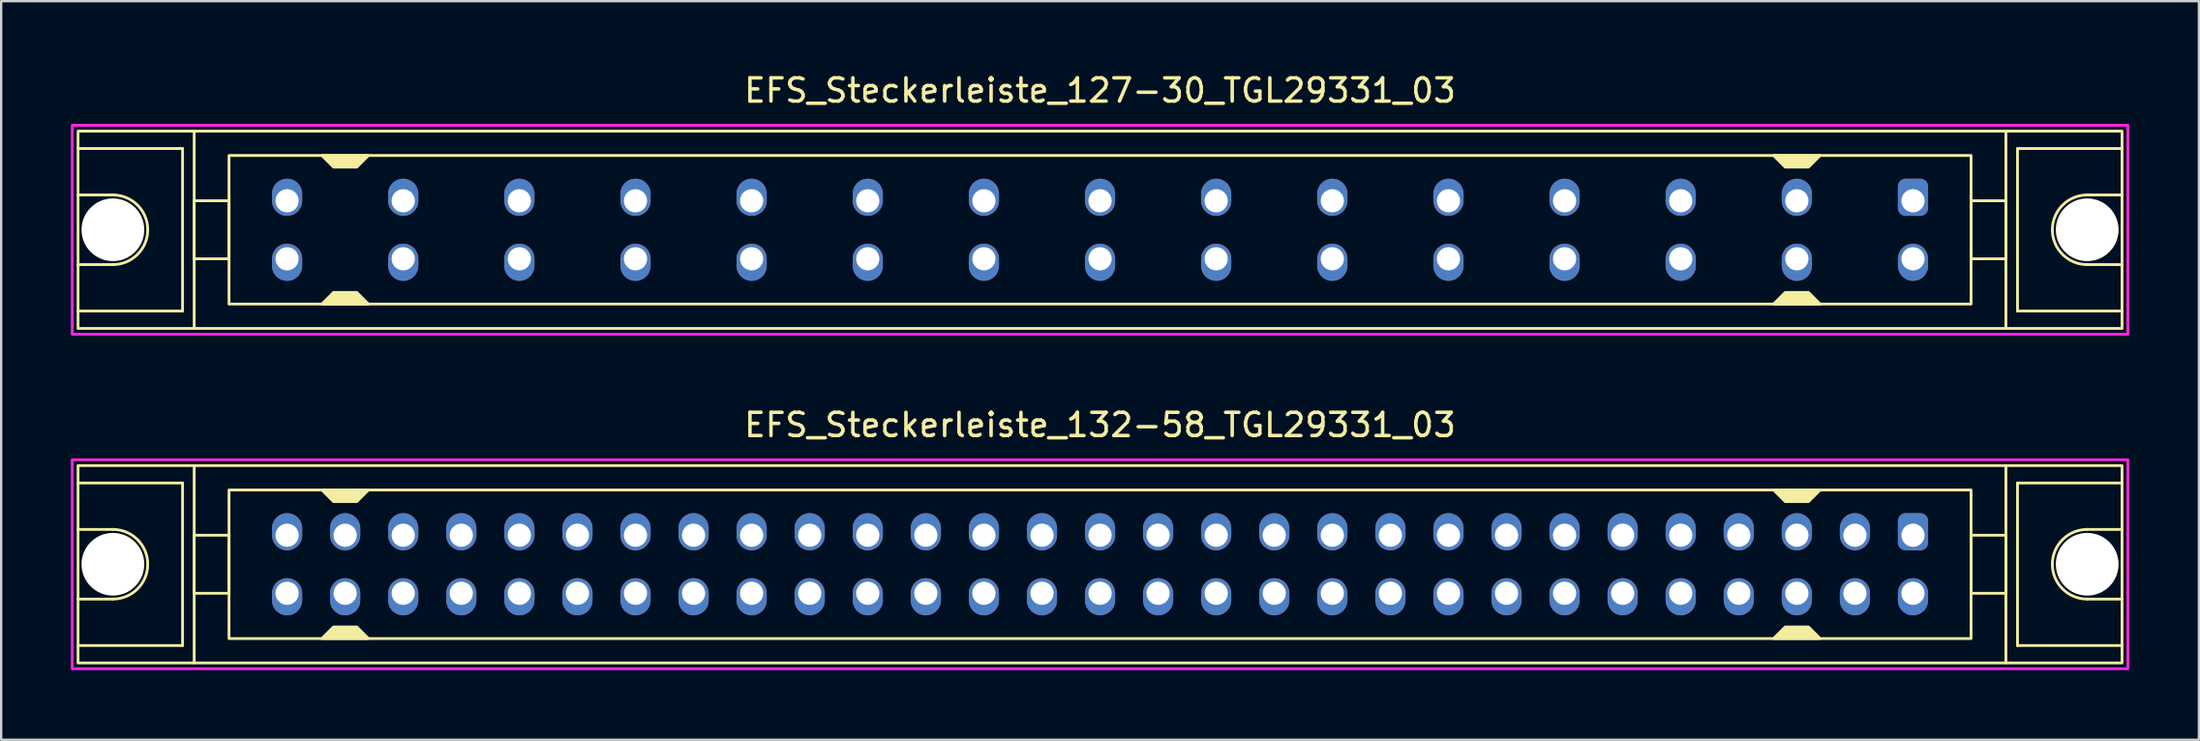
<source format=kicad_pcb>
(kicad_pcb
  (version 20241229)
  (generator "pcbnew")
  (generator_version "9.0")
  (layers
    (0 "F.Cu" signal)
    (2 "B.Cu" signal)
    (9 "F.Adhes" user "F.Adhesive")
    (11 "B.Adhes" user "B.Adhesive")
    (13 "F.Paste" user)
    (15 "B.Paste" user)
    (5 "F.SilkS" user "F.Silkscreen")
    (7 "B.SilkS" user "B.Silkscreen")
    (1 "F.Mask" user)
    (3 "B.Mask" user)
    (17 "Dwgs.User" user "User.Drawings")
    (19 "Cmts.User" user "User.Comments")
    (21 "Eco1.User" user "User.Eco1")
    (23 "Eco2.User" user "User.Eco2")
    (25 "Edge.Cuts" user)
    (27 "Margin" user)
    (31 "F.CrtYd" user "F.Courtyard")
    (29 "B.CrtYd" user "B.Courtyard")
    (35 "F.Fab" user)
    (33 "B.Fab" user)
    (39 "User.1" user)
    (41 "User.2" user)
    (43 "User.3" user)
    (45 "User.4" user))
  (footprint "EFS_Steckerleiste_132-58_TGL29331_03"
    (layer "F.Cu")
    (at 44.31 21.256)
    (property "Reference" "EFS_Steckerleiste_132-58_TGL29331_03" (at 0 -6 180) (layer "F.SilkS") (effects (font (size 1 1) (thickness 0.15))))
    (attr through_hole)
    (fp_line (start -44 -3.5) (end -39.5 -3.5) (stroke (width 0.12) (type solid)) (layer "F.SilkS"))
    (fp_line (start -42.5 -1.5) (end -44 -1.5) (stroke (width 0.12) (type solid)) (layer "F.SilkS"))
    (fp_line (start -42.5 1.5) (end -44 1.5) (stroke (width 0.12) (type solid)) (layer "F.SilkS"))
    (fp_line (start -39.5 -3.5) (end -39.5 3.5) (stroke (width 0.12) (type solid)) (layer "F.SilkS"))
    (fp_line (start -39.5 3.5) (end -44 3.5) (stroke (width 0.12) (type solid)) (layer "F.SilkS"))
    (fp_line (start -39 4.25) (end -39 -4.25) (stroke (width 0.12) (type solid)) (layer "F.SilkS"))
    (fp_line (start 39 4.25) (end 39 -4.25) (stroke (width 0.12) (type solid)) (layer "F.SilkS"))
    (fp_line (start 39.5 -3.5) (end 39.5 3.5) (stroke (width 0.12) (type solid)) (layer "F.SilkS"))
    (fp_line (start 39.5 3.5) (end 44 3.5) (stroke (width 0.12) (type solid)) (layer "F.SilkS"))
    (fp_line (start 42.5 -1.5) (end 44 -1.5) (stroke (width 0.12) (type solid)) (layer "F.SilkS"))
    (fp_line (start 42.5 1.5) (end 44 1.5) (stroke (width 0.12) (type solid)) (layer "F.SilkS"))
    (fp_line (start 44 -3.5) (end 39.5 -3.5) (stroke (width 0.12) (type solid)) (layer "F.SilkS"))
    (fp_rect (start -44 -4.25) (end 44 4.25) (stroke (width 0.12) (type solid)) (fill no) (layer "F.SilkS"))
    (fp_rect (start -37.5 -3.2) (end 37.5 3.2) (stroke (width 0.12) (type solid)) (fill no) (layer "F.SilkS"))
    (fp_rect (start -37.5 -1.25) (end -39 1.25) (stroke (width 0.12) (type solid)) (fill no) (layer "F.SilkS"))
    (fp_rect (start 39 -1.25) (end 37.5 1.25) (stroke (width 0.12) (type solid)) (fill no) (layer "F.SilkS"))
    (fp_arc (start -42.5 -1.5) (mid -41 0) (end -42.5 1.5) (stroke (width 0.12) (type solid)) (layer "F.SilkS"))
    (fp_arc (start 42.5 1.5) (mid 41 0) (end 42.5 -1.5) (stroke (width 0.12) (type solid)) (layer "F.SilkS"))
    (fp_poly (pts (xy -33 2.7) (xy -32 2.7) (xy -31.5 3.2) (xy -33.5 3.2)) (stroke (width 0.12) (type solid)) (fill yes) (layer "F.SilkS"))
    (fp_poly (pts (xy -32 -2.7) (xy -33 -2.7) (xy -33.5 -3.2) (xy -31.5 -3.2)) (stroke (width 0.12) (type solid)) (fill yes) (layer "F.SilkS"))
    (fp_poly (pts (xy 29.5 2.7) (xy 30.5 2.7) (xy 31 3.2) (xy 29 3.2)) (stroke (width 0.12) (type solid)) (fill yes) (layer "F.SilkS"))
    (fp_poly (pts (xy 30.5 -2.7) (xy 29.5 -2.7) (xy 29 -3.2) (xy 31 -3.2)) (stroke (width 0.12) (type solid)) (fill yes) (layer "F.SilkS"))
    (fp_rect (start -44.25 -4.5) (end 44.25 4.5) (stroke (width 0.12) (type solid)) (fill no) (layer "F.CrtYd"))
    (pad "" np_thru_hole circle (at -42.5 0) (size 2.7 2.7) (drill 2.7) (layers "*.Cu" "*.Mask"))
    (pad "" np_thru_hole circle (at 42.5 0) (size 2.7 2.7) (drill 2.7) (layers "*.Cu" "*.Mask"))
    (pad "1a" thru_hole roundrect (at 35 -1.25) (size 1.3 1.6) (drill 1 (offset 0 -0.15)) (layers "*.Cu" "*.Mask") (roundrect_rratio 0.25))
    (pad "1b" thru_hole oval (at 35 1.25) (size 1.3 1.6) (drill 1 (offset 0 0.15)) (layers "*.Cu" "*.Mask"))
    (pad "2a" thru_hole oval (at 32.5 -1.25) (size 1.3 1.6) (drill 1 (offset 0 -0.15)) (layers "*.Cu" "*.Mask"))
    (pad "2b" thru_hole oval (at 32.5 1.25) (size 1.3 1.6) (drill 1 (offset 0 0.15)) (layers "*.Cu" "*.Mask"))
    (pad "3a" thru_hole oval (at 30 -1.25) (size 1.3 1.6) (drill 1 (offset 0 -0.15)) (layers "*.Cu" "*.Mask"))
    (pad "3b" thru_hole oval (at 30 1.25) (size 1.3 1.6) (drill 1 (offset 0 0.15)) (layers "*.Cu" "*.Mask"))
    (pad "4a" thru_hole oval (at 27.5 -1.25) (size 1.3 1.6) (drill 1 (offset 0 -0.15)) (layers "*.Cu" "*.Mask"))
    (pad "4b" thru_hole oval (at 27.5 1.25) (size 1.3 1.6) (drill 1 (offset 0 0.15)) (layers "*.Cu" "*.Mask"))
    (pad "5a" thru_hole oval (at 25 -1.25) (size 1.3 1.6) (drill 1 (offset 0 -0.15)) (layers "*.Cu" "*.Mask"))
    (pad "5b" thru_hole oval (at 25 1.25) (size 1.3 1.6) (drill 1 (offset 0 0.15)) (layers "*.Cu" "*.Mask"))
    (pad "6a" thru_hole oval (at 22.5 -1.25) (size 1.3 1.6) (drill 1 (offset 0 -0.15)) (layers "*.Cu" "*.Mask"))
    (pad "6b" thru_hole oval (at 22.5 1.25) (size 1.3 1.6) (drill 1 (offset 0 0.15)) (layers "*.Cu" "*.Mask"))
    (pad "7a" thru_hole oval (at 20 -1.25) (size 1.3 1.6) (drill 1 (offset 0 -0.15)) (layers "*.Cu" "*.Mask"))
    (pad "7b" thru_hole oval (at 20 1.25) (size 1.3 1.6) (drill 1 (offset 0 0.15)) (layers "*.Cu" "*.Mask"))
    (pad "8a" thru_hole oval (at 17.5 -1.25) (size 1.3 1.6) (drill 1 (offset 0 -0.15)) (layers "*.Cu" "*.Mask"))
    (pad "8b" thru_hole oval (at 17.5 1.25) (size 1.3 1.6) (drill 1 (offset 0 0.15)) (layers "*.Cu" "*.Mask"))
    (pad "9a" thru_hole oval (at 15 -1.25) (size 1.3 1.6) (drill 1 (offset 0 -0.15)) (layers "*.Cu" "*.Mask"))
    (pad "9b" thru_hole oval (at 15 1.25) (size 1.3 1.6) (drill 1 (offset 0 0.15)) (layers "*.Cu" "*.Mask"))
    (pad "10a" thru_hole oval (at 12.5 -1.25) (size 1.3 1.6) (drill 1 (offset 0 -0.15)) (layers "*.Cu" "*.Mask"))
    (pad "10b" thru_hole oval (at 12.5 1.25) (size 1.3 1.6) (drill 1 (offset 0 0.15)) (layers "*.Cu" "*.Mask"))
    (pad "11a" thru_hole oval (at 10 -1.25) (size 1.3 1.6) (drill 1 (offset 0 -0.15)) (layers "*.Cu" "*.Mask"))
    (pad "11b" thru_hole oval (at 10 1.25) (size 1.3 1.6) (drill 1 (offset 0 0.15)) (layers "*.Cu" "*.Mask"))
    (pad "12a" thru_hole oval (at 7.5 -1.25) (size 1.3 1.6) (drill 1 (offset 0 -0.15)) (layers "*.Cu" "*.Mask"))
    (pad "12b" thru_hole oval (at 7.5 1.25) (size 1.3 1.6) (drill 1 (offset 0 0.15)) (layers "*.Cu" "*.Mask"))
    (pad "13a" thru_hole oval (at 5 -1.25) (size 1.3 1.6) (drill 1 (offset 0 -0.15)) (layers "*.Cu" "*.Mask"))
    (pad "13b" thru_hole oval (at 5 1.25) (size 1.3 1.6) (drill 1 (offset 0 0.15)) (layers "*.Cu" "*.Mask"))
    (pad "14a" thru_hole oval (at 2.5 -1.25) (size 1.3 1.6) (drill 1 (offset 0 -0.15)) (layers "*.Cu" "*.Mask"))
    (pad "14b" thru_hole oval (at 2.5 1.25) (size 1.3 1.6) (drill 1 (offset 0 0.15)) (layers "*.Cu" "*.Mask"))
    (pad "15a" thru_hole oval (at 0 -1.25) (size 1.3 1.6) (drill 1 (offset 0 -0.15)) (layers "*.Cu" "*.Mask"))
    (pad "15b" thru_hole oval (at 0 1.25) (size 1.3 1.6) (drill 1 (offset 0 0.15)) (layers "*.Cu" "*.Mask"))
    (pad "16a" thru_hole oval (at -2.5 -1.25) (size 1.3 1.6) (drill 1 (offset 0 -0.15)) (layers "*.Cu" "*.Mask"))
    (pad "16b" thru_hole oval (at -2.5 1.25) (size 1.3 1.6) (drill 1 (offset 0 0.15)) (layers "*.Cu" "*.Mask"))
    (pad "17a" thru_hole oval (at -5 -1.25) (size 1.3 1.6) (drill 1 (offset 0 -0.15)) (layers "*.Cu" "*.Mask"))
    (pad "17b" thru_hole oval (at -5 1.25) (size 1.3 1.6) (drill 1 (offset 0 0.15)) (layers "*.Cu" "*.Mask"))
    (pad "18a" thru_hole oval (at -7.5 -1.25) (size 1.3 1.6) (drill 1 (offset 0 -0.15)) (layers "*.Cu" "*.Mask"))
    (pad "18b" thru_hole oval (at -7.5 1.25) (size 1.3 1.6) (drill 1 (offset 0 0.15)) (layers "*.Cu" "*.Mask"))
    (pad "19a" thru_hole oval (at -10 -1.25) (size 1.3 1.6) (drill 1 (offset 0 -0.15)) (layers "*.Cu" "*.Mask"))
    (pad "19b" thru_hole oval (at -10 1.25) (size 1.3 1.6) (drill 1 (offset 0 0.15)) (layers "*.Cu" "*.Mask"))
    (pad "20a" thru_hole oval (at -12.5 -1.25) (size 1.3 1.6) (drill 1 (offset 0 -0.15)) (layers "*.Cu" "*.Mask"))
    (pad "20b" thru_hole oval (at -12.5 1.25) (size 1.3 1.6) (drill 1 (offset 0 0.15)) (layers "*.Cu" "*.Mask"))
    (pad "21a" thru_hole oval (at -15 -1.25) (size 1.3 1.6) (drill 1 (offset 0 -0.15)) (layers "*.Cu" "*.Mask"))
    (pad "21b" thru_hole oval (at -15 1.25) (size 1.3 1.6) (drill 1 (offset 0 0.15)) (layers "*.Cu" "*.Mask"))
    (pad "22a" thru_hole oval (at -17.5 -1.25) (size 1.3 1.6) (drill 1 (offset 0 -0.15)) (layers "*.Cu" "*.Mask"))
    (pad "22b" thru_hole oval (at -17.5 1.25) (size 1.3 1.6) (drill 1 (offset 0 0.15)) (layers "*.Cu" "*.Mask"))
    (pad "23a" thru_hole oval (at -20 -1.25) (size 1.3 1.6) (drill 1 (offset 0 -0.15)) (layers "*.Cu" "*.Mask"))
    (pad "23b" thru_hole oval (at -20 1.25) (size 1.3 1.6) (drill 1 (offset 0 0.15)) (layers "*.Cu" "*.Mask"))
    (pad "24a" thru_hole oval (at -22.5 -1.25) (size 1.3 1.6) (drill 1 (offset 0 -0.15)) (layers "*.Cu" "*.Mask"))
    (pad "24b" thru_hole oval (at -22.5 1.25) (size 1.3 1.6) (drill 1 (offset 0 0.15)) (layers "*.Cu" "*.Mask"))
    (pad "25a" thru_hole oval (at -25 -1.25) (size 1.3 1.6) (drill 1 (offset 0 -0.15)) (layers "*.Cu" "*.Mask"))
    (pad "25b" thru_hole oval (at -25 1.25) (size 1.3 1.6) (drill 1 (offset 0 0.15)) (layers "*.Cu" "*.Mask"))
    (pad "26a" thru_hole oval (at -27.5 -1.25) (size 1.3 1.6) (drill 1 (offset 0 -0.15)) (layers "*.Cu" "*.Mask"))
    (pad "26b" thru_hole oval (at -27.5 1.25) (size 1.3 1.6) (drill 1 (offset 0 0.15)) (layers "*.Cu" "*.Mask"))
    (pad "27a" thru_hole oval (at -30 -1.25) (size 1.3 1.6) (drill 1 (offset 0 -0.15)) (layers "*.Cu" "*.Mask"))
    (pad "27b" thru_hole oval (at -30 1.25) (size 1.3 1.6) (drill 1 (offset 0 0.15)) (layers "*.Cu" "*.Mask"))
    (pad "28a" thru_hole oval (at -32.5 -1.25) (size 1.3 1.6) (drill 1 (offset 0 -0.15)) (layers "*.Cu" "*.Mask"))
    (pad "28b" thru_hole oval (at -32.5 1.25) (size 1.3 1.6) (drill 1 (offset 0 0.15)) (layers "*.Cu" "*.Mask"))
    (pad "29a" thru_hole oval (at -35 -1.25) (size 1.3 1.6) (drill 1 (offset 0 -0.15)) (layers "*.Cu" "*.Mask"))
    (pad "29b" thru_hole oval (at -35 1.25) (size 1.3 1.6) (drill 1 (offset 0 0.15)) (layers "*.Cu" "*.Mask")))
  (footprint "EFS_Steckerleiste_127-30_TGL29331_03"
    (layer "F.Cu")
    (at 44.31 6.848)
    (property "Reference" "EFS_Steckerleiste_127-30_TGL29331_03" (at 0 -6 180) (layer "F.SilkS") (effects (font (size 1 1) (thickness 0.15))))
    (attr through_hole)
    (fp_line (start -44 -3.5) (end -39.5 -3.5) (stroke (width 0.12) (type solid)) (layer "F.SilkS"))
    (fp_line (start -42.5 -1.5) (end -44 -1.5) (stroke (width 0.12) (type solid)) (layer "F.SilkS"))
    (fp_line (start -42.5 1.5) (end -44 1.5) (stroke (width 0.12) (type solid)) (layer "F.SilkS"))
    (fp_line (start -39.5 -3.5) (end -39.5 3.5) (stroke (width 0.12) (type solid)) (layer "F.SilkS"))
    (fp_line (start -39.5 3.5) (end -44 3.5) (stroke (width 0.12) (type solid)) (layer "F.SilkS"))
    (fp_line (start -39 4.25) (end -39 -4.25) (stroke (width 0.12) (type solid)) (layer "F.SilkS"))
    (fp_line (start 39 4.25) (end 39 -4.25) (stroke (width 0.12) (type solid)) (layer "F.SilkS"))
    (fp_line (start 39.5 -3.5) (end 39.5 3.5) (stroke (width 0.12) (type solid)) (layer "F.SilkS"))
    (fp_line (start 39.5 3.5) (end 44 3.5) (stroke (width 0.12) (type solid)) (layer "F.SilkS"))
    (fp_line (start 42.5 -1.5) (end 44 -1.5) (stroke (width 0.12) (type solid)) (layer "F.SilkS"))
    (fp_line (start 42.5 1.5) (end 44 1.5) (stroke (width 0.12) (type solid)) (layer "F.SilkS"))
    (fp_line (start 44 -3.5) (end 39.5 -3.5) (stroke (width 0.12) (type solid)) (layer "F.SilkS"))
    (fp_rect (start -44 -4.25) (end 44 4.25) (stroke (width 0.12) (type solid)) (fill no) (layer "F.SilkS"))
    (fp_rect (start -37.5 -3.2) (end 37.5 3.2) (stroke (width 0.12) (type solid)) (fill no) (layer "F.SilkS"))
    (fp_rect (start -37.5 -1.25) (end -39 1.25) (stroke (width 0.12) (type solid)) (fill no) (layer "F.SilkS"))
    (fp_rect (start 39 -1.25) (end 37.5 1.25) (stroke (width 0.12) (type solid)) (fill no) (layer "F.SilkS"))
    (fp_arc (start -42.5 -1.5) (mid -41 0) (end -42.5 1.5) (stroke (width 0.12) (type solid)) (layer "F.SilkS"))
    (fp_arc (start 42.5 1.5) (mid 41 0) (end 42.5 -1.5) (stroke (width 0.12) (type solid)) (layer "F.SilkS"))
    (fp_poly (pts (xy -33 2.7) (xy -32 2.7) (xy -31.5 3.2) (xy -33.5 3.2)) (stroke (width 0.12) (type solid)) (fill yes) (layer "F.SilkS"))
    (fp_poly (pts (xy -32 -2.7) (xy -33 -2.7) (xy -33.5 -3.2) (xy -31.5 -3.2)) (stroke (width 0.12) (type solid)) (fill yes) (layer "F.SilkS"))
    (fp_poly (pts (xy 29.5 2.7) (xy 30.5 2.7) (xy 31 3.2) (xy 29 3.2)) (stroke (width 0.12) (type solid)) (fill yes) (layer "F.SilkS"))
    (fp_poly (pts (xy 30.5 -2.7) (xy 29.5 -2.7) (xy 29 -3.2) (xy 31 -3.2)) (stroke (width 0.12) (type solid)) (fill yes) (layer "F.SilkS"))
    (fp_rect (start -44.25 -4.5) (end 44.25 4.5) (stroke (width 0.12) (type solid)) (fill no) (layer "F.CrtYd"))
    (pad "" np_thru_hole circle (at -42.5 0) (size 2.7 2.7) (drill 2.7) (layers "*.Cu" "*.Mask"))
    (pad "" np_thru_hole circle (at 42.5 0) (size 2.7 2.7) (drill 2.7) (layers "*.Cu" "*.Mask"))
    (pad "1a" thru_hole roundrect (at 35 -1.25) (size 1.3 1.6) (drill 1 (offset 0 -0.15)) (layers "*.Cu" "*.Mask") (roundrect_rratio 0.25))
    (pad "1b" thru_hole oval (at 35 1.25) (size 1.3 1.6) (drill 1 (offset 0 0.15)) (layers "*.Cu" "*.Mask"))
    (pad "2a" thru_hole oval (at 30 -1.25) (size 1.3 1.6) (drill 1 (offset 0 -0.15)) (layers "*.Cu" "*.Mask"))
    (pad "2b" thru_hole oval (at 30 1.25) (size 1.3 1.6) (drill 1 (offset 0 0.15)) (layers "*.Cu" "*.Mask"))
    (pad "3a" thru_hole oval (at 25 -1.25) (size 1.3 1.6) (drill 1 (offset 0 -0.15)) (layers "*.Cu" "*.Mask"))
    (pad "3b" thru_hole oval (at 25 1.25) (size 1.3 1.6) (drill 1 (offset 0 0.15)) (layers "*.Cu" "*.Mask"))
    (pad "4a" thru_hole oval (at 20 -1.25) (size 1.3 1.6) (drill 1 (offset 0 -0.15)) (layers "*.Cu" "*.Mask"))
    (pad "4b" thru_hole oval (at 20 1.25) (size 1.3 1.6) (drill 1 (offset 0 0.15)) (layers "*.Cu" "*.Mask"))
    (pad "5a" thru_hole oval (at 15 -1.25) (size 1.3 1.6) (drill 1 (offset 0 -0.15)) (layers "*.Cu" "*.Mask"))
    (pad "5b" thru_hole oval (at 15 1.25) (size 1.3 1.6) (drill 1 (offset 0 0.15)) (layers "*.Cu" "*.Mask"))
    (pad "6a" thru_hole oval (at 10 -1.25) (size 1.3 1.6) (drill 1 (offset 0 -0.15)) (layers "*.Cu" "*.Mask"))
    (pad "6b" thru_hole oval (at 10 1.25) (size 1.3 1.6) (drill 1 (offset 0 0.15)) (layers "*.Cu" "*.Mask"))
    (pad "7a" thru_hole oval (at 5 -1.25) (size 1.3 1.6) (drill 1 (offset 0 -0.15)) (layers "*.Cu" "*.Mask"))
    (pad "7b" thru_hole oval (at 5 1.25) (size 1.3 1.6) (drill 1 (offset 0 0.15)) (layers "*.Cu" "*.Mask"))
    (pad "8a" thru_hole oval (at 0 -1.25) (size 1.3 1.6) (drill 1 (offset 0 -0.15)) (layers "*.Cu" "*.Mask"))
    (pad "8b" thru_hole oval (at 0 1.25) (size 1.3 1.6) (drill 1 (offset 0 0.15)) (layers "*.Cu" "*.Mask"))
    (pad "9a" thru_hole oval (at -5 -1.25) (size 1.3 1.6) (drill 1 (offset 0 -0.15)) (layers "*.Cu" "*.Mask"))
    (pad "9b" thru_hole oval (at -5 1.25) (size 1.3 1.6) (drill 1 (offset 0 0.15)) (layers "*.Cu" "*.Mask"))
    (pad "10a" thru_hole oval (at -10 -1.25) (size 1.3 1.6) (drill 1 (offset 0 -0.15)) (layers "*.Cu" "*.Mask"))
    (pad "10b" thru_hole oval (at -10 1.25) (size 1.3 1.6) (drill 1 (offset 0 0.15)) (layers "*.Cu" "*.Mask"))
    (pad "11a" thru_hole oval (at -15 -1.25) (size 1.3 1.6) (drill 1 (offset 0 -0.15)) (layers "*.Cu" "*.Mask"))
    (pad "11b" thru_hole oval (at -15 1.25) (size 1.3 1.6) (drill 1 (offset 0 0.15)) (layers "*.Cu" "*.Mask"))
    (pad "12a" thru_hole oval (at -20 -1.25) (size 1.3 1.6) (drill 1 (offset 0 -0.15)) (layers "*.Cu" "*.Mask"))
    (pad "12b" thru_hole oval (at -20 1.25) (size 1.3 1.6) (drill 1 (offset 0 0.15)) (layers "*.Cu" "*.Mask"))
    (pad "13a" thru_hole oval (at -25 -1.25) (size 1.3 1.6) (drill 1 (offset 0 -0.15)) (layers "*.Cu" "*.Mask"))
    (pad "13b" thru_hole oval (at -25 1.25) (size 1.3 1.6) (drill 1 (offset 0 0.15)) (layers "*.Cu" "*.Mask"))
    (pad "14a" thru_hole oval (at -30 -1.25) (size 1.3 1.6) (drill 1 (offset 0 -0.15)) (layers "*.Cu" "*.Mask"))
    (pad "14b" thru_hole oval (at -30 1.25) (size 1.3 1.6) (drill 1 (offset 0 0.15)) (layers "*.Cu" "*.Mask"))
    (pad "15a" thru_hole oval (at -35 -1.25) (size 1.3 1.6) (drill 1 (offset 0 -0.15)) (layers "*.Cu" "*.Mask"))
    (pad "15b" thru_hole oval (at -35 1.25) (size 1.3 1.6) (drill 1 (offset 0 0.15)) (layers "*.Cu" "*.Mask")))
  (gr_rect
    (start -3 -3)
    (end 91.62 28.817)
    (stroke (width 0.1) (type default))
    (fill no)
    (layer "Edge.Cuts")))
</source>
